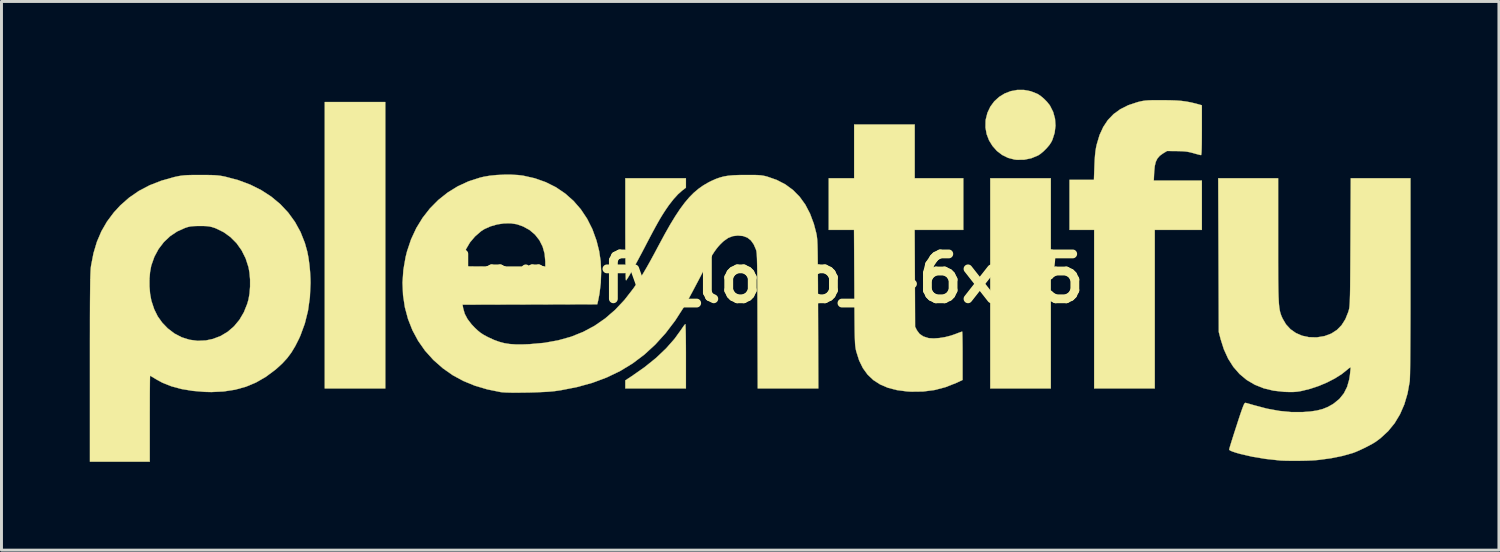
<source format=kicad_pcb>
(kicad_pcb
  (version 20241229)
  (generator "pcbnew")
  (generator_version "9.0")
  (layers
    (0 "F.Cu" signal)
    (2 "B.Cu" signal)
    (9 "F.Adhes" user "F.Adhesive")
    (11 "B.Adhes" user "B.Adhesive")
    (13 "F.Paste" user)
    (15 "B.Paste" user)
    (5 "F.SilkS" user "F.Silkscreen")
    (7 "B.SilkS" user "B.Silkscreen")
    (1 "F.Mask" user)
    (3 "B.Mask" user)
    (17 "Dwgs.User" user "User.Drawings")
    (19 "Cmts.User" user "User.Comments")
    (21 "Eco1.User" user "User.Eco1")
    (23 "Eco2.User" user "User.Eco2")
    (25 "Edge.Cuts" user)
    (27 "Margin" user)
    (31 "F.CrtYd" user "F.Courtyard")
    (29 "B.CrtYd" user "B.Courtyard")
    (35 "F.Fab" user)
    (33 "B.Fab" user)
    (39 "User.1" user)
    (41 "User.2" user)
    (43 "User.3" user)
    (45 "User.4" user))
  (footprint "plentify_logo_46x15"
    (layer "F.Cu")
    (at 22.357 6.41)
    (property "Reference" "plentify_logo_46x15" (at 0 0 0) (layer "F.SilkS") (effects (font (size 1.524 1.524) (thickness 0.3))))
    (attr through_hole)
    (fp_poly (pts (xy -12.319 3.734) (xy -14.376 3.734) (xy -14.376 -5.994) (xy -12.319 -5.994) (xy -12.319 3.734)) (stroke (width 0.01) (type solid)) (fill yes) (layer "F.SilkS"))
    (fp_poly (pts (xy 10.287 3.734) (xy 8.23 3.734) (xy 8.23 -3.404) (xy 10.287 -3.404) (xy 10.287 3.734)) (stroke (width 0.01) (type solid)) (fill yes) (layer "F.SilkS"))
    (fp_poly (pts (xy -2.123 1.574) (xy -2.12 1.644) (xy -2.116 1.755) (xy -2.113 1.901) (xy -2.111 2.076) (xy -2.109 2.277) (xy -2.108 2.497) (xy -2.108 2.642) (xy -2.108 3.734) (xy -4.166 3.734) (xy -4.166 3.461) (xy -3.957 3.324) (xy -3.516 3.016) (xy -3.125 2.701) (xy -2.784 2.378) (xy -2.493 2.048) (xy -2.269 1.738) (xy -2.212 1.654) (xy -2.165 1.589) (xy -2.134 1.554) (xy -2.127 1.55) (xy -2.123 1.574)) (stroke (width 0.01) (type solid)) (fill yes) (layer "F.SilkS"))
    (fp_poly (pts (xy -2.108 -3.084) (xy -2.233 -2.989) (xy -2.376 -2.862) (xy -2.528 -2.695) (xy -2.685 -2.494) (xy -2.785 -2.349) (xy -2.854 -2.244) (xy -2.92 -2.14) (xy -2.986 -2.031) (xy -3.055 -1.91) (xy -3.132 -1.772) (xy -3.22 -1.61) (xy -3.322 -1.418) (xy -3.442 -1.189) (xy -3.492 -1.092) (xy -3.617 -0.854) (xy -3.734 -0.635) (xy -3.841 -0.438) (xy -3.936 -0.268) (xy -4.015 -0.129) (xy -4.078 -0.025) (xy -4.122 0.042) (xy -4.142 0.065) (xy -4.147 0.043) (xy -4.151 -0.027) (xy -4.154 -0.142) (xy -4.158 -0.3) (xy -4.16 -0.497) (xy -4.163 -0.73) (xy -4.164 -0.997) (xy -4.165 -1.295) (xy -4.166 -1.621) (xy -4.166 -1.662) (xy -4.166 -3.404) (xy -2.108 -3.404) (xy -2.108 -3.084)) (stroke (width 0.01) (type solid)) (fill yes) (layer "F.SilkS"))
    (fp_poly (pts (xy 9.605 -6.361) (xy 9.831 -6.272) (xy 9.935 -6.206) (xy 10.049 -6.111) (xy 10.158 -6.001) (xy 10.246 -5.891) (xy 10.259 -5.872) (xy 10.367 -5.658) (xy 10.43 -5.427) (xy 10.446 -5.188) (xy 10.417 -4.948) (xy 10.342 -4.713) (xy 10.309 -4.644) (xy 10.246 -4.544) (xy 10.152 -4.433) (xy 10.044 -4.324) (xy 9.935 -4.233) (xy 9.858 -4.182) (xy 9.628 -4.086) (xy 9.383 -4.035) (xy 9.132 -4.032) (xy 9.055 -4.041) (xy 8.835 -4.098) (xy 8.634 -4.197) (xy 8.456 -4.333) (xy 8.307 -4.501) (xy 8.189 -4.693) (xy 8.108 -4.904) (xy 8.068 -5.129) (xy 8.072 -5.361) (xy 8.076 -5.396) (xy 8.135 -5.629) (xy 8.234 -5.838) (xy 8.367 -6.018) (xy 8.531 -6.167) (xy 8.718 -6.283) (xy 8.925 -6.363) (xy 9.145 -6.405) (xy 9.373 -6.405) (xy 9.605 -6.361)) (stroke (width 0.01) (type solid)) (fill yes) (layer "F.SilkS"))
    (fp_poly (pts (xy 5.664 -3.404) (xy 7.315 -3.404) (xy 7.315 -1.651) (xy 6.489 -1.651) (xy 5.662 -1.651) (xy 5.67 -0.006) (xy 5.677 1.638) (xy 5.739 1.76) (xy 5.829 1.881) (xy 5.957 1.968) (xy 6.121 2.021) (xy 6.154 2.027) (xy 6.31 2.036) (xy 6.495 2.023) (xy 6.695 1.991) (xy 6.894 1.94) (xy 7.028 1.894) (xy 7.129 1.855) (xy 7.211 1.825) (xy 7.263 1.807) (xy 7.276 1.803) (xy 7.279 1.828) (xy 7.282 1.897) (xy 7.285 2.005) (xy 7.287 2.146) (xy 7.289 2.314) (xy 7.29 2.503) (xy 7.29 2.625) (xy 7.29 3.446) (xy 7.068 3.55) (xy 6.706 3.692) (xy 6.334 3.789) (xy 5.948 3.839) (xy 5.542 3.844) (xy 5.397 3.835) (xy 5.057 3.79) (xy 4.755 3.712) (xy 4.489 3.598) (xy 4.258 3.449) (xy 4.063 3.264) (xy 3.903 3.042) (xy 3.776 2.783) (xy 3.682 2.487) (xy 3.679 2.477) (xy 3.669 2.433) (xy 3.66 2.39) (xy 3.653 2.344) (xy 3.646 2.291) (xy 3.64 2.228) (xy 3.636 2.15) (xy 3.632 2.055) (xy 3.628 1.937) (xy 3.625 1.794) (xy 3.623 1.622) (xy 3.621 1.417) (xy 3.619 1.175) (xy 3.617 0.892) (xy 3.615 0.565) (xy 3.614 0.298) (xy 3.603 -1.651) (xy 2.743 -1.651) (xy 2.743 -3.404) (xy 3.607 -3.404) (xy 3.607 -5.232) (xy 5.664 -5.232) (xy 5.664 -3.404)) (stroke (width 0.01) (type solid)) (fill yes) (layer "F.SilkS"))
    (fp_poly (pts (xy 14.072 -6.057) (xy 14.324 -6.054) (xy 14.536 -6.047) (xy 14.72 -6.033) (xy 14.887 -6.011) (xy 15.047 -5.981) (xy 15.213 -5.941) (xy 15.272 -5.925) (xy 15.418 -5.884) (xy 15.418 -5.038) (xy 15.417 -4.775) (xy 15.415 -4.563) (xy 15.411 -4.399) (xy 15.406 -4.283) (xy 15.399 -4.214) (xy 15.391 -4.191) (xy 15.391 -4.191) (xy 15.356 -4.198) (xy 15.285 -4.215) (xy 15.189 -4.241) (xy 15.131 -4.258) (xy 15.016 -4.288) (xy 14.912 -4.308) (xy 14.802 -4.32) (xy 14.669 -4.326) (xy 14.566 -4.328) (xy 14.235 -4.331) (xy 14.095 -4.246) (xy 13.987 -4.168) (xy 13.908 -4.076) (xy 13.853 -3.963) (xy 13.818 -3.819) (xy 13.8 -3.635) (xy 13.798 -3.607) (xy 13.785 -3.327) (xy 15.418 -3.327) (xy 15.418 -1.651) (xy 13.818 -1.651) (xy 13.818 3.734) (xy 11.76 3.734) (xy 11.76 -1.651) (xy 10.922 -1.651) (xy 10.922 -3.353) (xy 11.752 -3.353) (xy 11.769 -3.824) (xy 11.778 -4.026) (xy 11.79 -4.19) (xy 11.805 -4.328) (xy 11.825 -4.451) (xy 11.848 -4.556) (xy 11.942 -4.871) (xy 12.068 -5.146) (xy 12.226 -5.384) (xy 12.42 -5.585) (xy 12.649 -5.751) (xy 12.916 -5.885) (xy 13.223 -5.987) (xy 13.259 -5.997) (xy 13.342 -6.017) (xy 13.418 -6.032) (xy 13.496 -6.043) (xy 13.585 -6.05) (xy 13.693 -6.055) (xy 13.832 -6.057) (xy 14.008 -6.057) (xy 14.072 -6.057)) (stroke (width 0.01) (type solid)) (fill yes) (layer "F.SilkS"))
    (fp_poly (pts (xy -18.396 -3.515) (xy -18.24 -3.513) (xy -18.115 -3.508) (xy -18.012 -3.5) (xy -17.919 -3.489) (xy -17.828 -3.473) (xy -17.755 -3.458) (xy -17.315 -3.341) (xy -16.906 -3.188) (xy -16.531 -3) (xy -16.189 -2.778) (xy -15.884 -2.523) (xy -15.616 -2.237) (xy -15.387 -1.921) (xy -15.198 -1.577) (xy -15.051 -1.206) (xy -14.97 -0.915) (xy -14.931 -0.716) (xy -14.899 -0.485) (xy -14.875 -0.238) (xy -14.862 0.005) (xy -14.859 0.152) (xy -14.881 0.635) (xy -14.945 1.095) (xy -15.053 1.53) (xy -15.203 1.939) (xy -15.252 2.047) (xy -15.38 2.3) (xy -15.51 2.515) (xy -15.652 2.705) (xy -15.815 2.883) (xy -16.008 3.06) (xy -16.066 3.108) (xy -16.38 3.342) (xy -16.709 3.531) (xy -17.054 3.676) (xy -17.421 3.777) (xy -17.811 3.837) (xy -18.228 3.857) (xy -18.455 3.851) (xy -18.868 3.816) (xy -19.246 3.753) (xy -19.586 3.661) (xy -19.886 3.542) (xy -20.088 3.432) (xy -20.179 3.377) (xy -20.252 3.333) (xy -20.299 3.307) (xy -20.309 3.302) (xy -20.311 3.327) (xy -20.313 3.398) (xy -20.315 3.51) (xy -20.316 3.661) (xy -20.318 3.844) (xy -20.319 4.055) (xy -20.319 4.29) (xy -20.32 4.545) (xy -20.32 4.763) (xy -20.32 6.223) (xy -22.352 6.223) (xy -22.352 3.022) (xy -22.352 2.543) (xy -22.352 2.111) (xy -22.351 1.725) (xy -22.351 1.381) (xy -22.35 1.077) (xy -22.349 0.81) (xy -22.347 0.578) (xy -22.345 0.377) (xy -22.343 0.205) (xy -22.341 0.058) (xy -22.34 0.022) (xy -20.33 0.022) (xy -20.329 0.273) (xy -20.309 0.517) (xy -20.269 0.736) (xy -20.261 0.767) (xy -20.169 1.045) (xy -20.049 1.287) (xy -19.896 1.501) (xy -19.71 1.694) (xy -19.481 1.869) (xy -19.232 1.998) (xy -18.968 2.081) (xy -18.693 2.117) (xy -18.413 2.104) (xy -18.174 2.053) (xy -17.91 1.952) (xy -17.67 1.808) (xy -17.457 1.624) (xy -17.274 1.403) (xy -17.124 1.148) (xy -17.009 0.862) (xy -16.966 0.712) (xy -16.93 0.508) (xy -16.912 0.275) (xy -16.912 0.034) (xy -16.932 -0.197) (xy -16.965 -0.381) (xy -17.063 -0.684) (xy -17.2 -0.958) (xy -17.372 -1.2) (xy -17.577 -1.406) (xy -17.812 -1.575) (xy -18.076 -1.704) (xy -18.123 -1.721) (xy -18.208 -1.748) (xy -18.288 -1.767) (xy -18.375 -1.778) (xy -18.485 -1.783) (xy -18.618 -1.784) (xy -18.761 -1.782) (xy -18.868 -1.777) (xy -18.954 -1.766) (xy -19.034 -1.747) (xy -19.122 -1.718) (xy -19.389 -1.598) (xy -19.63 -1.436) (xy -19.842 -1.236) (xy -20.021 -1.002) (xy -20.163 -0.739) (xy -20.266 -0.448) (xy -20.271 -0.429) (xy -20.31 -0.218) (xy -20.33 0.022) (xy -22.34 0.022) (xy -22.338 -0.064) (xy -22.334 -0.166) (xy -22.33 -0.251) (xy -22.326 -0.32) (xy -22.321 -0.376) (xy -22.315 -0.424) (xy -22.313 -0.438) (xy -22.231 -0.86) (xy -22.115 -1.247) (xy -21.963 -1.603) (xy -21.773 -1.932) (xy -21.543 -2.24) (xy -21.325 -2.478) (xy -21.024 -2.744) (xy -20.692 -2.973) (xy -20.325 -3.166) (xy -19.923 -3.323) (xy -19.486 -3.446) (xy -19.425 -3.459) (xy -19.331 -3.479) (xy -19.243 -3.493) (xy -19.152 -3.503) (xy -19.046 -3.51) (xy -18.918 -3.514) (xy -18.757 -3.516) (xy -18.593 -3.516) (xy -18.396 -3.515)) (stroke (width 0.01) (type solid)) (fill yes) (layer "F.SilkS"))
    (fp_poly (pts (xy 18.009 -3.404) (xy 18.009 -1.324) (xy 18.009 -0.925) (xy 18.009 -0.572) (xy 18.01 -0.264) (xy 18.011 0.004) (xy 18.014 0.235) (xy 18.017 0.433) (xy 18.022 0.602) (xy 18.029 0.743) (xy 18.036 0.863) (xy 18.046 0.962) (xy 18.058 1.046) (xy 18.072 1.118) (xy 18.089 1.181) (xy 18.108 1.238) (xy 18.13 1.294) (xy 18.156 1.351) (xy 18.16 1.36) (xy 18.276 1.558) (xy 18.428 1.723) (xy 18.612 1.852) (xy 18.821 1.943) (xy 19.053 1.993) (xy 19.301 2) (xy 19.34 1.997) (xy 19.593 1.954) (xy 19.815 1.871) (xy 20.005 1.748) (xy 20.165 1.585) (xy 20.293 1.382) (xy 20.391 1.138) (xy 20.414 1.058) (xy 20.422 1.025) (xy 20.428 0.985) (xy 20.434 0.933) (xy 20.439 0.867) (xy 20.444 0.783) (xy 20.447 0.678) (xy 20.451 0.548) (xy 20.454 0.39) (xy 20.456 0.201) (xy 20.458 -0.023) (xy 20.46 -0.285) (xy 20.462 -0.588) (xy 20.464 -0.936) (xy 20.466 -1.251) (xy 20.476 -3.404) (xy 22.504 -3.404) (xy 22.504 -0.053) (xy 22.504 0.474) (xy 22.504 0.963) (xy 22.503 1.413) (xy 22.501 1.822) (xy 22.499 2.19) (xy 22.497 2.515) (xy 22.495 2.797) (xy 22.492 3.033) (xy 22.489 3.223) (xy 22.485 3.366) (xy 22.481 3.46) (xy 22.478 3.497) (xy 22.405 3.904) (xy 22.295 4.276) (xy 22.148 4.613) (xy 21.965 4.917) (xy 21.743 5.188) (xy 21.484 5.426) (xy 21.327 5.543) (xy 21.222 5.608) (xy 21.084 5.683) (xy 20.93 5.761) (xy 20.775 5.834) (xy 20.633 5.895) (xy 20.541 5.929) (xy 20.194 6.027) (xy 19.809 6.105) (xy 19.396 6.161) (xy 19.279 6.172) (xy 19.148 6.18) (xy 18.983 6.187) (xy 18.797 6.191) (xy 18.604 6.193) (xy 18.417 6.192) (xy 18.248 6.189) (xy 18.113 6.184) (xy 18.072 6.181) (xy 17.585 6.128) (xy 17.132 6.053) (xy 16.72 5.958) (xy 16.586 5.92) (xy 16.456 5.877) (xy 16.376 5.842) (xy 16.345 5.814) (xy 16.345 5.811) (xy 16.353 5.779) (xy 16.374 5.704) (xy 16.408 5.593) (xy 16.452 5.452) (xy 16.504 5.287) (xy 16.563 5.104) (xy 16.599 4.994) (xy 16.669 4.778) (xy 16.726 4.606) (xy 16.772 4.473) (xy 16.808 4.374) (xy 16.836 4.304) (xy 16.857 4.26) (xy 16.875 4.235) (xy 16.891 4.225) (xy 16.904 4.225) (xy 16.95 4.236) (xy 17.031 4.259) (xy 17.132 4.288) (xy 17.183 4.303) (xy 17.629 4.421) (xy 18.051 4.498) (xy 18.454 4.537) (xy 18.831 4.538) (xy 19.096 4.519) (xy 19.321 4.486) (xy 19.517 4.436) (xy 19.692 4.366) (xy 19.859 4.273) (xy 19.908 4.24) (xy 20.095 4.085) (xy 20.243 3.9) (xy 20.352 3.683) (xy 20.423 3.434) (xy 20.447 3.282) (xy 20.458 3.178) (xy 20.467 3.091) (xy 20.472 3.036) (xy 20.472 3.026) (xy 20.456 3.023) (xy 20.413 3.05) (xy 20.358 3.096) (xy 20.167 3.249) (xy 19.935 3.395) (xy 19.673 3.53) (xy 19.392 3.649) (xy 19.101 3.746) (xy 18.812 3.818) (xy 18.779 3.825) (xy 18.659 3.844) (xy 18.541 3.854) (xy 18.409 3.856) (xy 18.246 3.851) (xy 18.217 3.85) (xy 17.853 3.81) (xy 17.518 3.729) (xy 17.214 3.607) (xy 16.94 3.445) (xy 16.698 3.243) (xy 16.488 3.002) (xy 16.31 2.722) (xy 16.165 2.403) (xy 16.059 2.071) (xy 15.993 1.816) (xy 15.984 -0.794) (xy 15.974 -3.404) (xy 16.991 -3.404) (xy 18.009 -3.404)) (stroke (width 0.01) (type solid)) (fill yes) (layer "F.SilkS"))
    (fp_poly (pts (xy -8.037 -3.526) (xy -7.809 -3.514) (xy -7.642 -3.494) (xy -7.241 -3.404) (xy -6.868 -3.272) (xy -6.524 -3.1) (xy -6.21 -2.887) (xy -5.927 -2.637) (xy -5.678 -2.351) (xy -5.464 -2.03) (xy -5.285 -1.675) (xy -5.145 -1.288) (xy -5.056 -0.934) (xy -5.005 -0.593) (xy -4.987 -0.228) (xy -5 0.147) (xy -5.044 0.515) (xy -5.087 0.737) (xy -5.119 0.876) (xy -7.408 0.883) (xy -9.696 0.889) (xy -9.672 1.021) (xy -9.62 1.201) (xy -9.527 1.377) (xy -9.392 1.554) (xy -9.287 1.665) (xy -9.178 1.768) (xy -9.082 1.846) (xy -8.979 1.913) (xy -8.853 1.981) (xy -8.814 2) (xy -8.627 2.086) (xy -8.451 2.15) (xy -8.276 2.197) (xy -8.091 2.226) (xy -7.885 2.24) (xy -7.649 2.24) (xy -7.422 2.231) (xy -6.918 2.186) (xy -6.448 2.101) (xy -6.008 1.978) (xy -5.596 1.813) (xy -5.211 1.607) (xy -4.85 1.357) (xy -4.511 1.064) (xy -4.192 0.725) (xy -3.892 0.339) (xy -3.751 0.132) (xy -3.649 -0.026) (xy -3.546 -0.196) (xy -3.436 -0.383) (xy -3.317 -0.595) (xy -3.184 -0.839) (xy -3.034 -1.121) (xy -3.022 -1.143) (xy -2.825 -1.509) (xy -2.642 -1.832) (xy -2.47 -2.114) (xy -2.308 -2.359) (xy -2.151 -2.571) (xy -1.997 -2.753) (xy -1.842 -2.91) (xy -1.684 -3.044) (xy -1.52 -3.16) (xy -1.347 -3.261) (xy -1.237 -3.316) (xy -1.094 -3.38) (xy -0.959 -3.428) (xy -0.823 -3.465) (xy -0.675 -3.49) (xy -0.506 -3.506) (xy -0.304 -3.514) (xy -0.089 -3.516) (xy 0.096 -3.516) (xy 0.239 -3.515) (xy 0.351 -3.511) (xy 0.439 -3.504) (xy 0.515 -3.493) (xy 0.587 -3.478) (xy 0.653 -3.461) (xy 0.977 -3.348) (xy 1.269 -3.197) (xy 1.528 -3.007) (xy 1.754 -2.778) (xy 1.948 -2.51) (xy 2.109 -2.202) (xy 2.238 -1.856) (xy 2.318 -1.549) (xy 2.327 -1.508) (xy 2.335 -1.467) (xy 2.341 -1.423) (xy 2.347 -1.371) (xy 2.353 -1.31) (xy 2.357 -1.236) (xy 2.361 -1.146) (xy 2.364 -1.035) (xy 2.367 -0.903) (xy 2.369 -0.744) (xy 2.371 -0.555) (xy 2.373 -0.335) (xy 2.375 -0.078) (xy 2.377 0.217) (xy 2.378 0.555) (xy 2.38 0.938) (xy 2.381 1.213) (xy 2.39 3.734) (xy 0.332 3.734) (xy 0.324 1.441) (xy 0.323 1.045) (xy 0.322 0.696) (xy 0.32 0.391) (xy 0.319 0.128) (xy 0.317 -0.098) (xy 0.315 -0.289) (xy 0.312 -0.449) (xy 0.309 -0.58) (xy 0.306 -0.687) (xy 0.302 -0.772) (xy 0.298 -0.838) (xy 0.292 -0.889) (xy 0.287 -0.928) (xy 0.28 -0.958) (xy 0.274 -0.978) (xy 0.195 -1.16) (xy 0.098 -1.296) (xy -0.021 -1.389) (xy -0.167 -1.443) (xy -0.343 -1.459) (xy -0.515 -1.439) (xy -0.671 -1.379) (xy -0.822 -1.273) (xy -0.868 -1.231) (xy -0.941 -1.16) (xy -1.009 -1.085) (xy -1.076 -1.001) (xy -1.145 -0.905) (xy -1.219 -0.789) (xy -1.301 -0.65) (xy -1.394 -0.483) (xy -1.502 -0.282) (xy -1.628 -0.041) (xy -1.676 0.051) (xy -1.772 0.232) (xy -1.869 0.416) (xy -1.963 0.591) (xy -2.049 0.748) (xy -2.122 0.877) (xy -2.166 0.953) (xy -2.471 1.427) (xy -2.797 1.856) (xy -3.145 2.24) (xy -3.517 2.582) (xy -3.914 2.882) (xy -4.339 3.141) (xy -4.794 3.36) (xy -5.281 3.542) (xy -5.8 3.686) (xy -6.355 3.795) (xy -6.553 3.824) (xy -6.676 3.837) (xy -6.835 3.849) (xy -7.02 3.858) (xy -7.223 3.867) (xy -7.435 3.873) (xy -7.647 3.876) (xy -7.851 3.878) (xy -8.037 3.877) (xy -8.198 3.873) (xy -8.324 3.866) (xy -8.395 3.859) (xy -8.854 3.766) (xy -9.277 3.641) (xy -9.667 3.481) (xy -10.027 3.286) (xy -10.361 3.052) (xy -10.672 2.779) (xy -10.693 2.759) (xy -10.969 2.452) (xy -11.204 2.116) (xy -11.397 1.757) (xy -11.547 1.376) (xy -11.654 0.978) (xy -11.716 0.566) (xy -11.734 0.142) (xy -11.705 -0.289) (xy -11.679 -0.441) (xy -9.72 -0.441) (xy -9.713 -0.433) (xy -9.694 -0.427) (xy -9.66 -0.421) (xy -9.608 -0.417) (xy -9.532 -0.413) (xy -9.429 -0.411) (xy -9.296 -0.409) (xy -9.128 -0.408) (xy -8.922 -0.407) (xy -8.674 -0.407) (xy -8.379 -0.406) (xy -8.308 -0.406) (xy -6.883 -0.406) (xy -6.884 -0.578) (xy -6.907 -0.842) (xy -6.975 -1.084) (xy -7.085 -1.302) (xy -7.234 -1.491) (xy -7.419 -1.648) (xy -7.639 -1.769) (xy -7.851 -1.843) (xy -8.058 -1.875) (xy -8.285 -1.872) (xy -8.518 -1.837) (xy -8.744 -1.772) (xy -8.949 -1.681) (xy -9.063 -1.609) (xy -9.27 -1.43) (xy -9.442 -1.227) (xy -9.573 -1.005) (xy -9.66 -0.771) (xy -9.69 -0.622) (xy -9.702 -0.539) (xy -9.715 -0.471) (xy -9.719 -0.451) (xy -9.72 -0.441) (xy -11.679 -0.441) (xy -11.63 -0.724) (xy -11.581 -0.921) (xy -11.444 -1.329) (xy -11.267 -1.71) (xy -11.052 -2.061) (xy -10.801 -2.382) (xy -10.517 -2.668) (xy -10.203 -2.918) (xy -9.86 -3.13) (xy -9.492 -3.3) (xy -9.101 -3.426) (xy -8.966 -3.458) (xy -8.765 -3.492) (xy -8.532 -3.515) (xy -8.284 -3.526) (xy -8.037 -3.526)) (stroke (width 0.01) (type solid)) (fill yes) (layer "F.SilkS")))
  (gr_rect
    (start -3 -3)
    (end 47.866 15.638)
    (stroke (width 0.1) (type default))
    (fill no)
    (layer "Edge.Cuts")))
</source>
